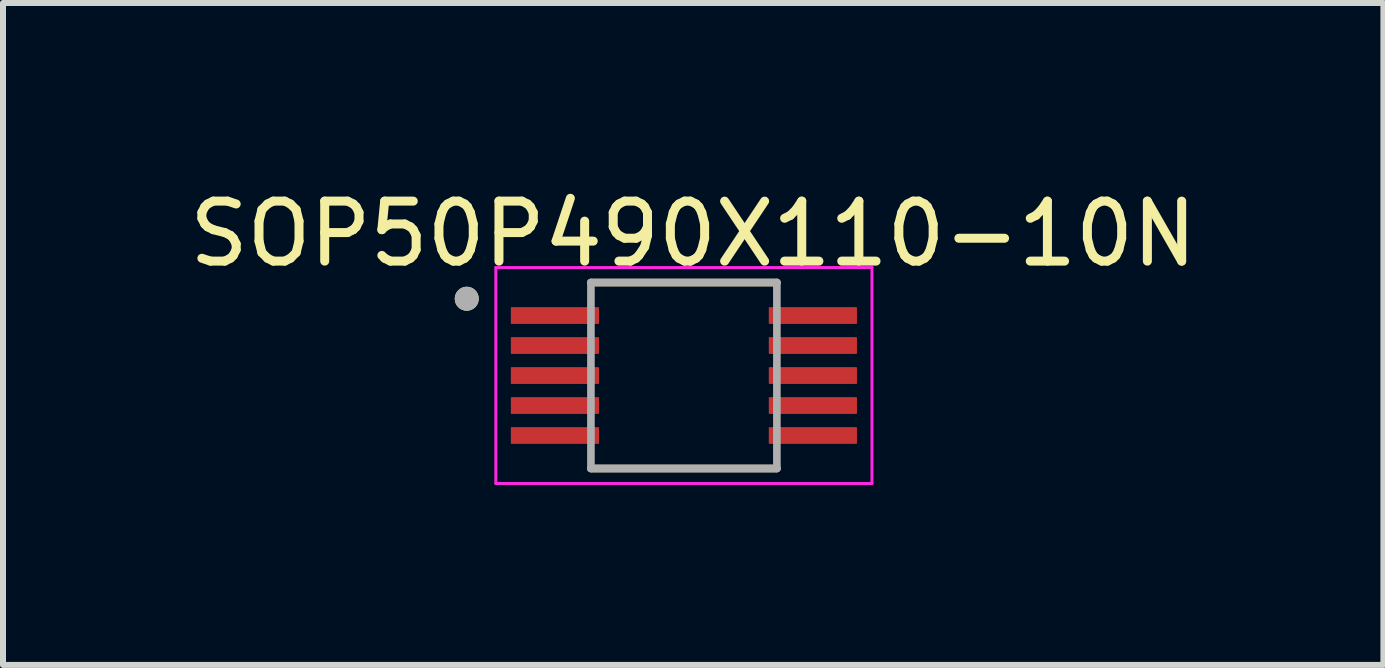
<source format=kicad_pcb>
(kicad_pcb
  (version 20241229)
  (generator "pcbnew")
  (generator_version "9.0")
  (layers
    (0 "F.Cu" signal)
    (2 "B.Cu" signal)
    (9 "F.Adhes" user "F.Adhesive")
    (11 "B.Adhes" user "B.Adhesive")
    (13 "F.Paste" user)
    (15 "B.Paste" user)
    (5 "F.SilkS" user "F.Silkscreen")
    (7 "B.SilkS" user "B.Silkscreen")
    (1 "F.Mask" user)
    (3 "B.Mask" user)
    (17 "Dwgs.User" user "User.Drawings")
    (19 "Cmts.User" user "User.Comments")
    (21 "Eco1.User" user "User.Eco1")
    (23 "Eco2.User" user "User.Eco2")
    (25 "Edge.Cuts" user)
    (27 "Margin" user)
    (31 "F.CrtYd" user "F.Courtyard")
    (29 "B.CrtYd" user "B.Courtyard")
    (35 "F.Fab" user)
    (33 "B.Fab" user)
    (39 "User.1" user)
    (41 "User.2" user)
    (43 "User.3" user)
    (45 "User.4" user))
  (footprint "SOP50P490X110-10N"
    (layer "F.Cu")
    (at 8.351 3.21)
    (property "Reference" "SOP50P490X110-10N" (at 0.155 -2.362 0) (layer "F.SilkS") (effects (font (size 1 1) (thickness 0.15))))
    (attr smd)
    (fp_line (start -1.55 -1.55) (end 1.55 -1.55) (stroke (width 0.127) (type solid)) (layer "F.SilkS"))
    (fp_line (start -1.55 1.55) (end 1.55 1.55) (stroke (width 0.127) (type solid)) (layer "F.SilkS"))
    (fp_circle (center -3.62 -1.28) (end -3.52 -1.28) (stroke (width 0.2) (type solid)) (fill no) (layer "F.SilkS"))
    (fp_line (start -3.135 -1.8) (end -3.135 1.8) (stroke (width 0.05) (type solid)) (layer "F.CrtYd"))
    (fp_line (start -3.135 -1.8) (end 3.135 -1.8) (stroke (width 0.05) (type solid)) (layer "F.CrtYd"))
    (fp_line (start -3.135 1.8) (end 3.135 1.8) (stroke (width 0.05) (type solid)) (layer "F.CrtYd"))
    (fp_line (start 3.135 -1.8) (end 3.135 1.8) (stroke (width 0.05) (type solid)) (layer "F.CrtYd"))
    (fp_line (start -1.55 -1.55) (end -1.55 1.55) (stroke (width 0.127) (type solid)) (layer "F.Fab"))
    (fp_line (start -1.55 -1.55) (end 1.55 -1.55) (stroke (width 0.127) (type solid)) (layer "F.Fab"))
    (fp_line (start -1.55 1.55) (end 1.55 1.55) (stroke (width 0.127) (type solid)) (layer "F.Fab"))
    (fp_line (start 1.55 -1.55) (end 1.55 1.55) (stroke (width 0.127) (type solid)) (layer "F.Fab"))
    (fp_circle (center -3.62 -1.28) (end -3.52 -1.28) (stroke (width 0.2) (type solid)) (fill no) (layer "F.Fab"))
    (pad "1" smd roundrect (at -2.15 -1) (size 1.47 0.28) (layers "F.Cu" "F.Mask" "F.Paste") (roundrect_rratio 0.04))
    (pad "2" smd roundrect (at -2.15 -0.5) (size 1.47 0.28) (layers "F.Cu" "F.Mask" "F.Paste") (roundrect_rratio 0.04))
    (pad "3" smd roundrect (at -2.15 0) (size 1.47 0.28) (layers "F.Cu" "F.Mask" "F.Paste") (roundrect_rratio 0.04))
    (pad "4" smd roundrect (at -2.15 0.5) (size 1.47 0.28) (layers "F.Cu" "F.Mask" "F.Paste") (roundrect_rratio 0.04))
    (pad "5" smd roundrect (at -2.15 1) (size 1.47 0.28) (layers "F.Cu" "F.Mask" "F.Paste") (roundrect_rratio 0.04))
    (pad "6" smd roundrect (at 2.15 1) (size 1.47 0.28) (layers "F.Cu" "F.Mask" "F.Paste") (roundrect_rratio 0.04))
    (pad "7" smd roundrect (at 2.15 0.5) (size 1.47 0.28) (layers "F.Cu" "F.Mask" "F.Paste") (roundrect_rratio 0.04))
    (pad "8" smd roundrect (at 2.15 0) (size 1.47 0.28) (layers "F.Cu" "F.Mask" "F.Paste") (roundrect_rratio 0.04))
    (pad "9" smd roundrect (at 2.15 -0.5) (size 1.47 0.28) (layers "F.Cu" "F.Mask" "F.Paste") (roundrect_rratio 0.04))
    (pad "10" smd roundrect (at 2.15 -1) (size 1.47 0.28) (layers "F.Cu" "F.Mask" "F.Paste") (roundrect_rratio 0.04)))
  (gr_rect
    (start -3 -3)
    (end 20.012 8.035)
    (stroke (width 0.1) (type default))
    (fill no)
    (layer "Edge.Cuts")))
</source>
